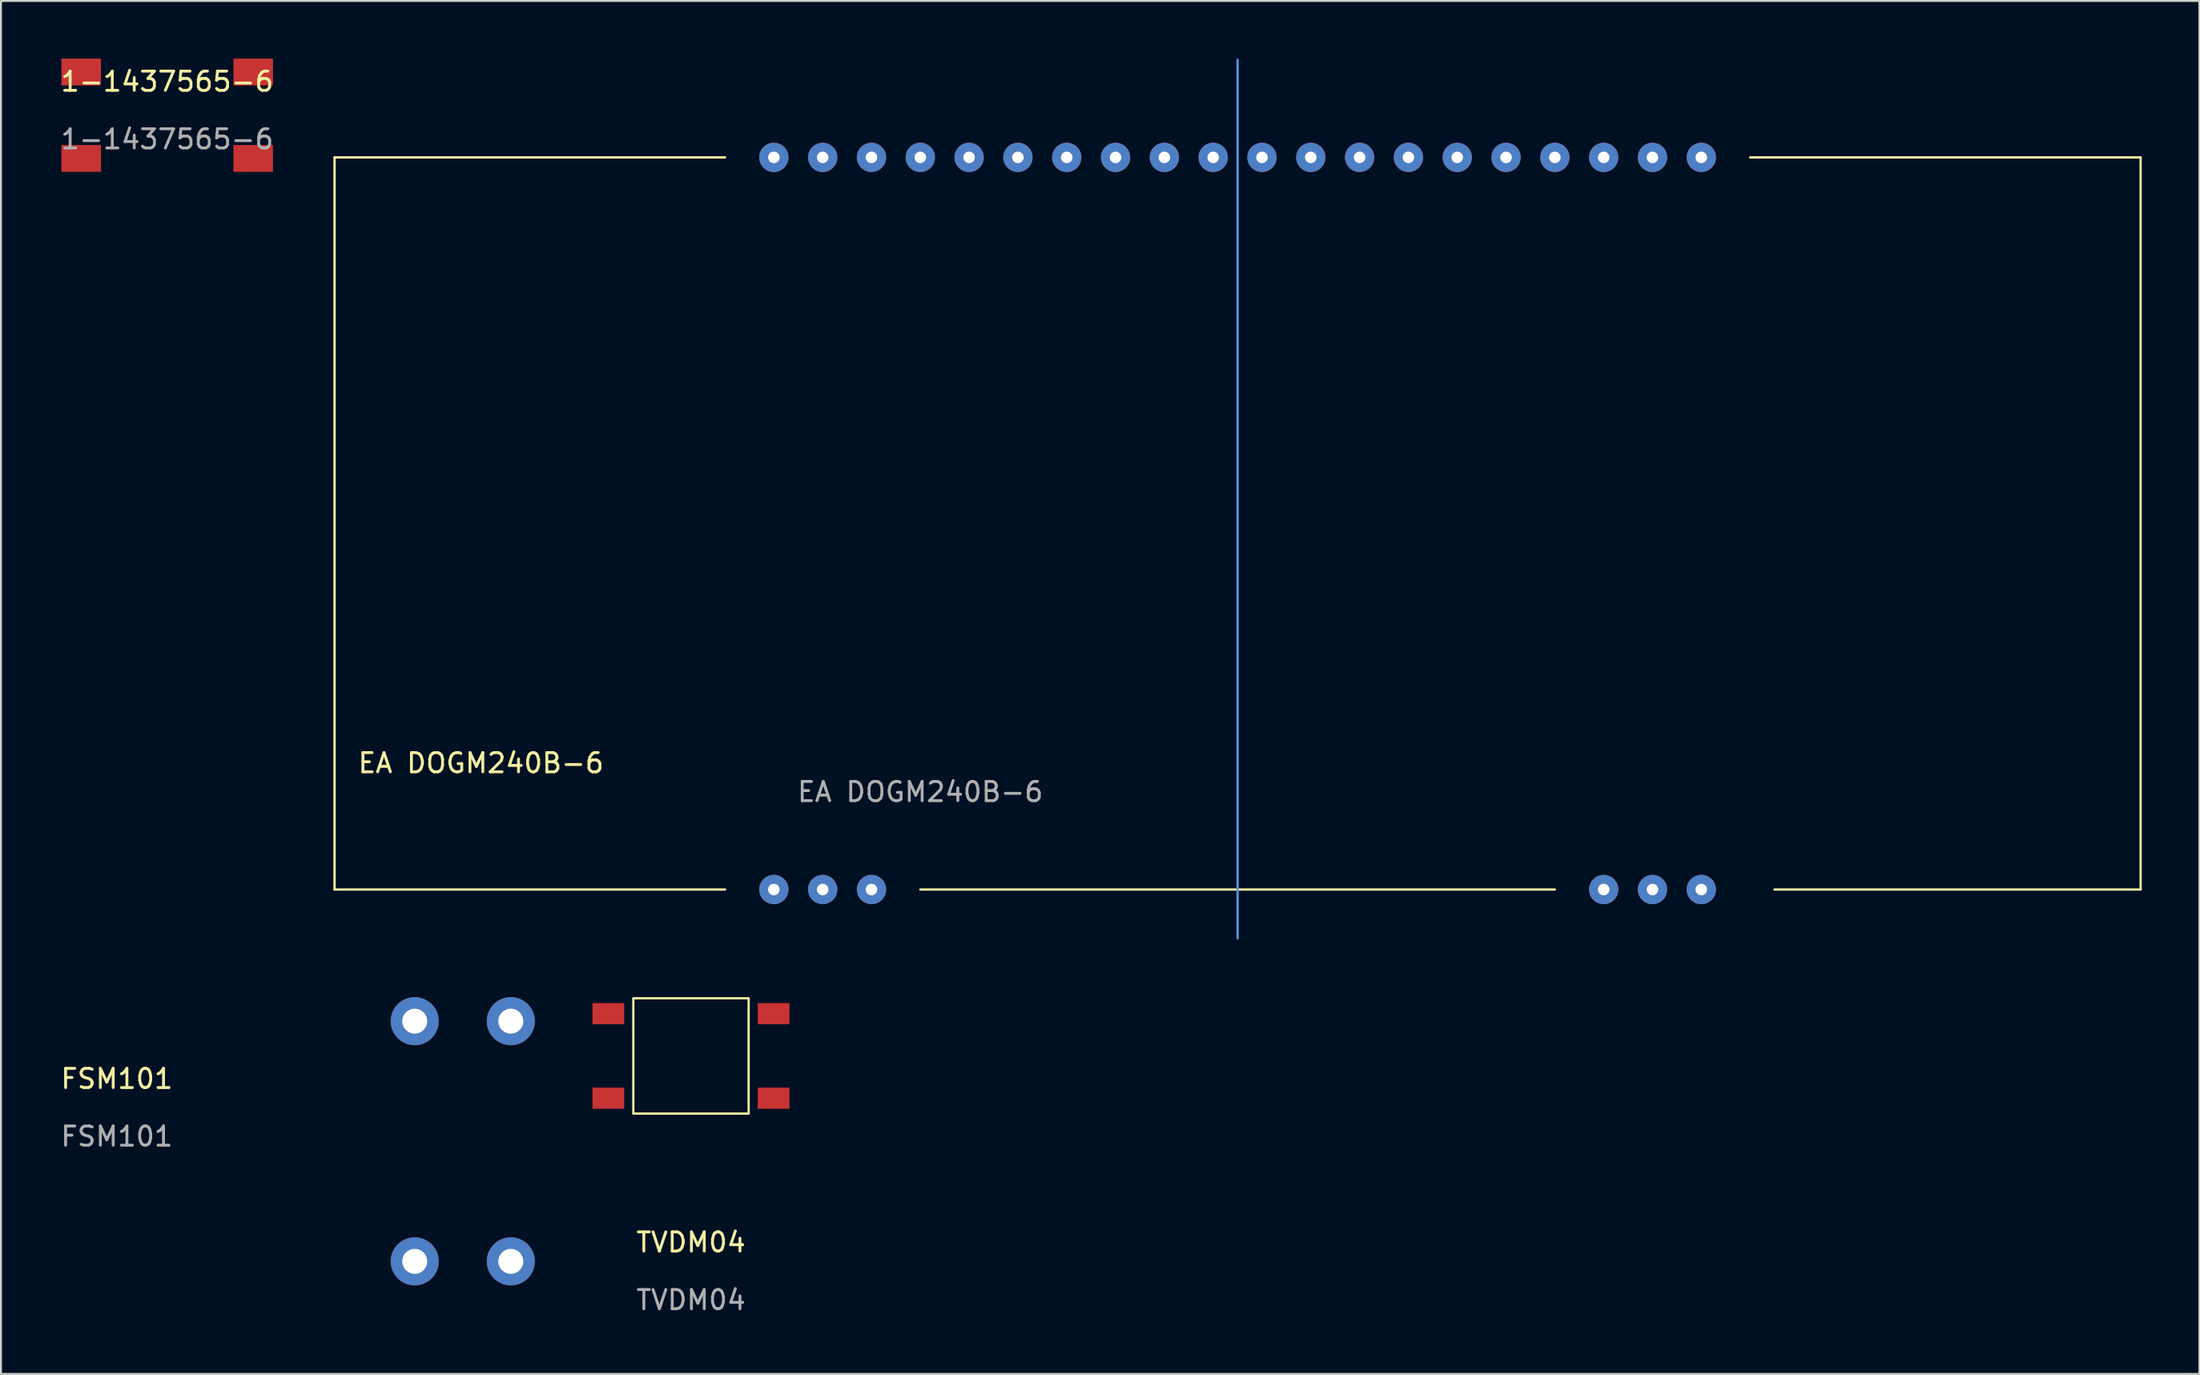
<source format=kicad_pcb>
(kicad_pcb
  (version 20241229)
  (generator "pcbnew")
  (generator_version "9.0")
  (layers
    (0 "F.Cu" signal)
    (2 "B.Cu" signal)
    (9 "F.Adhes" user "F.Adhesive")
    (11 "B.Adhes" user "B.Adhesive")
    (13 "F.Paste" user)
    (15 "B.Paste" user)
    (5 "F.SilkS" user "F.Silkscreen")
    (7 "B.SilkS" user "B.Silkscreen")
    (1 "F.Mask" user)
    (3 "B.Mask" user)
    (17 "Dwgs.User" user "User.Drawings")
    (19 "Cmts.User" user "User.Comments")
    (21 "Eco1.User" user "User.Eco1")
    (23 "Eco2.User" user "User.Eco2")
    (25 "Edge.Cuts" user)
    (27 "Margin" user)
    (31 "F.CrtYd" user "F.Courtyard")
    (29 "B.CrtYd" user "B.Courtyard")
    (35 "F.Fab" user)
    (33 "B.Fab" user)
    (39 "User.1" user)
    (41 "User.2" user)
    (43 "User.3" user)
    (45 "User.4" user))
  (footprint "TVDM04"
    (layer "F.Cu")
    (at 32.905 51.9)
    (property "Reference" "TVDM04" (at 0 9.7 0) (unlocked yes) (layer "F.SilkS") (effects (font (size 1 1) (thickness 0.15))))
    (attr smd)
    (fp_rect (start -3 -3) (end 3 3) (stroke (width 0.12) (type solid)) (fill no) (layer "F.SilkS"))
    (fp_text user "${REFERENCE}" (at 0 12.7 0) (unlocked yes) (layer "F.Fab") (effects (font (size 1 1) (thickness 0.15))))
    (pad "1" smd trapezoid (at -4.3 -2.2 90) (size 1.1 1.65) (layers "F.Cu" "F.Mask" "F.Paste"))
    (pad "1" smd trapezoid (at -4.3 2.2 90) (size 1.1 1.65) (layers "F.Cu" "F.Mask" "F.Paste"))
    (pad "1" smd trapezoid (at 4.3 -2.2 90) (size 1.1 1.65) (layers "F.Cu" "F.Mask" "F.Paste"))
    (pad "1" smd trapezoid (at 4.3 2.2 90) (size 1.1 1.65) (layers "F.Cu" "F.Mask" "F.Paste")))
  (footprint "EA DOGM240B-6"
    (layer "F.Cu")
    (at 37.218 43.24)
    (property "Reference" "EA DOGM240B-6" (at -15.24 -6.58 0) (unlocked yes) (layer "F.SilkS") (effects (font (size 1 1) (thickness 0.15))))
    (attr through_hole)
    (fp_line (start -22.86 -38.1) (end -22.86 0) (stroke (width 0.12) (type solid)) (layer "F.SilkS"))
    (fp_line (start -2.54 -38.1) (end -22.86 -38.1) (stroke (width 0.12) (type solid)) (layer "F.SilkS"))
    (fp_line (start -2.54 0) (end -22.86 0) (stroke (width 0.12) (type solid)) (layer "F.SilkS"))
    (fp_line (start 7.62 0) (end 40.64 0) (stroke (width 0.12) (type solid)) (layer "F.SilkS"))
    (fp_line (start 50.8 -38.1) (end 71.12 -38.1) (stroke (width 0.12) (type solid)) (layer "F.SilkS"))
    (fp_line (start 52.07 0) (end 71.12 0) (stroke (width 0.12) (type solid)) (layer "F.SilkS"))
    (fp_line (start 71.12 -38.1) (end 71.12 0) (stroke (width 0.12) (type solid)) (layer "F.SilkS"))
    (fp_line (start 24.13 -43.18) (end 24.13 2.54) (stroke (width 0.12) (type solid)) (layer "Cmts.User"))
    (fp_text user "${REFERENCE}" (at 7.62 -5.08 0) (unlocked yes) (layer "F.Fab") (effects (font (size 1 1) (thickness 0.15))))
    (pad "1" thru_hole circle (at 0 0) (size 1.524 1.524) (drill 0.6) (layers "*.Cu" "*.Mask"))
    (pad "2" thru_hole circle (at 2.54 0) (size 1.524 1.524) (drill 0.6) (layers "*.Cu" "*.Mask"))
    (pad "3" thru_hole circle (at 5.08 0) (size 1.524 1.524) (drill 0.6) (layers "*.Cu" "*.Mask"))
    (pad "18" thru_hole circle (at 43.18 0) (size 1.524 1.524) (drill 0.6) (layers "*.Cu" "*.Mask"))
    (pad "19" thru_hole circle (at 45.72 0) (size 1.524 1.524) (drill 0.6) (layers "*.Cu" "*.Mask"))
    (pad "20" thru_hole circle (at 48.26 0) (size 1.524 1.524) (drill 0.6) (layers "*.Cu" "*.Mask"))
    (pad "21" thru_hole circle (at 48.26 -38.1) (size 1.524 1.524) (drill 0.6) (layers "*.Cu" "*.Mask"))
    (pad "22" thru_hole circle (at 45.72 -38.1) (size 1.524 1.524) (drill 0.6) (layers "*.Cu" "*.Mask"))
    (pad "23" thru_hole circle (at 43.18 -38.1) (size 1.524 1.524) (drill 0.6) (layers "*.Cu" "*.Mask"))
    (pad "24" thru_hole circle (at 40.64 -38.1) (size 1.524 1.524) (drill 0.6) (layers "*.Cu" "*.Mask"))
    (pad "25" thru_hole circle (at 38.1 -38.1) (size 1.524 1.524) (drill 0.6) (layers "*.Cu" "*.Mask"))
    (pad "26" thru_hole circle (at 35.56 -38.1) (size 1.524 1.524) (drill 0.6) (layers "*.Cu" "*.Mask"))
    (pad "27" thru_hole circle (at 33.02 -38.1) (size 1.524 1.524) (drill 0.6) (layers "*.Cu" "*.Mask"))
    (pad "28" thru_hole circle (at 30.48 -38.1) (size 1.524 1.524) (drill 0.6) (layers "*.Cu" "*.Mask"))
    (pad "29" thru_hole circle (at 27.94 -38.1) (size 1.524 1.524) (drill 0.6) (layers "*.Cu" "*.Mask"))
    (pad "30" thru_hole circle (at 25.4 -38.1) (size 1.524 1.524) (drill 0.6) (layers "*.Cu" "*.Mask"))
    (pad "31" thru_hole circle (at 22.86 -38.1) (size 1.524 1.524) (drill 0.6) (layers "*.Cu" "*.Mask"))
    (pad "32" thru_hole circle (at 20.32 -38.1) (size 1.524 1.524) (drill 0.6) (layers "*.Cu" "*.Mask"))
    (pad "33" thru_hole circle (at 17.78 -38.1) (size 1.524 1.524) (drill 0.6) (layers "*.Cu" "*.Mask"))
    (pad "34" thru_hole circle (at 15.24 -38.1) (size 1.524 1.524) (drill 0.6) (layers "*.Cu" "*.Mask"))
    (pad "35" thru_hole circle (at 12.7 -38.1) (size 1.524 1.524) (drill 0.6) (layers "*.Cu" "*.Mask"))
    (pad "36" thru_hole circle (at 10.16 -38.1) (size 1.524 1.524) (drill 0.6) (layers "*.Cu" "*.Mask"))
    (pad "37" thru_hole circle (at 7.62 -38.1) (size 1.524 1.524) (drill 0.6) (layers "*.Cu" "*.Mask"))
    (pad "38" thru_hole circle (at 5.08 -38.1) (size 1.524 1.524) (drill 0.6) (layers "*.Cu" "*.Mask"))
    (pad "39" thru_hole circle (at 2.54 -38.1) (size 1.524 1.524) (drill 0.6) (layers "*.Cu" "*.Mask"))
    (pad "40" thru_hole circle (at 0 -38.1) (size 1.524 1.524) (drill 0.6) (layers "*.Cu" "*.Mask")))
  (footprint "1-1437565-6"
    (layer "F.Cu")
    (at 5.649 2.945)
    (property "Reference" "1-1437565-6" (at 0 -1.75 0) (unlocked yes) (layer "F.SilkS") (effects (font (size 1 1) (thickness 0.15))))
    (attr smd)
    (fp_text user "${REFERENCE}" (at 0 1.25 0) (unlocked yes) (layer "F.Fab") (effects (font (size 1 1) (thickness 0.15))))
    (pad "1" smd rect (at 4.475 -2.248) (size 2.06 1.395) (layers "F.Cu" "F.Mask" "F.Paste"))
    (pad "2" smd rect (at 4.475 2.248) (size 2.06 1.395) (layers "F.Cu" "F.Mask" "F.Paste"))
    (pad "3" smd rect (at -4.475 2.248) (size 2.06 1.395) (layers "F.Cu" "F.Mask" "F.Paste"))
    (pad "4" smd rect (at -4.475 -2.248) (size 2.06 1.395) (layers "F.Cu" "F.Mask" "F.Paste")))
  (footprint "FSM101"
    (layer "F.Cu")
    (at 21.03 56.34)
    (property "Reference" "FSM101" (at -18 -3.25 0) (unlocked yes) (layer "F.SilkS") (effects (font (size 1 1) (thickness 0.15))))
    (attr through_hole)
    (fp_text user "${REFERENCE}" (at -18 -0.25 0) (unlocked yes) (layer "F.Fab") (effects (font (size 1 1) (thickness 0.15))))
    (pad "1" thru_hole circle (at -2.5 -6.25) (size 2.5 2.5) (drill 1.3) (layers "*.Cu" "*.Mask"))
    (pad "2" thru_hole circle (at -2.5 6.25) (size 2.5 2.5) (drill 1.3) (layers "*.Cu" "*.Mask"))
    (pad "3" thru_hole circle (at 2.5 6.25) (size 2.5 2.5) (drill 1.3) (layers "*.Cu" "*.Mask"))
    (pad "4" thru_hole circle (at 2.5 -6.25) (size 2.5 2.5) (drill 1.3) (layers "*.Cu" "*.Mask")))
  (gr_rect
    (start -3 -3)
    (end 111.398 68.448)
    (stroke (width 0.1) (type default))
    (fill no)
    (layer "Edge.Cuts")))
</source>
